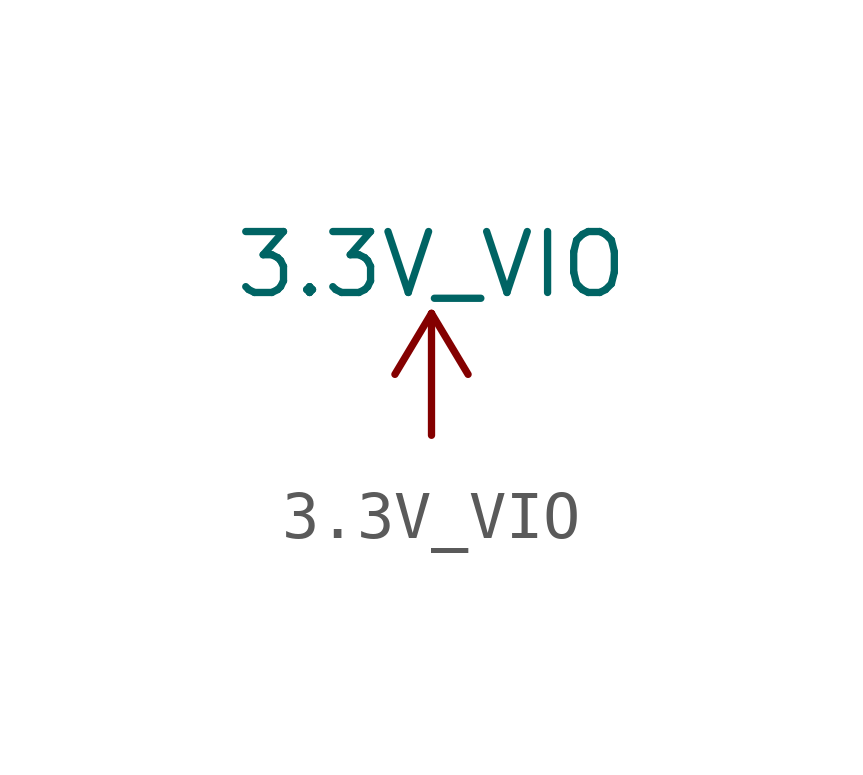
<source format=kicad_sym>
(kicad_symbol_lib
  (version 20200126)
  (host kicad_symbol_editor "5.99.0-unknown-ad69e44~101~ubuntu20.04.1")
  (symbol "Snickerdoodle:3.3V_VIO"
    (power)
    (pin_names
      (offset 0))
    (property "Reference" "#PWR"
      (at 0 -3.81 0)
      (effects (font (size 1.27 1.27)) hide))
    (property "Value" "3.3V_VIO"
      (at 0 3.556 0)
      (effects (font (size 1.27 1.27))))
    (symbol "3.3V_VIO_0_1"
      (polyline (pts (xy -0.762 1.27) (xy 0 2.54)) (stroke (width 0)) (fill (type none)))
      (polyline (pts (xy 0 0) (xy 0 2.54)) (stroke (width 0)) (fill (type none)))
      (polyline (pts (xy 0 2.54) (xy 0.762 1.27)) (stroke (width 0)) (fill (type none))))
    (symbol "3.3V_VIO_1_1"
      (pin power_in line (at 0 0 90) (length 0) hide (name "3.3V_VIO" (effects (font (size 1.27 1.27)))) (number "1" (effects (font (size 1.27 1.27))))))))
</source>
